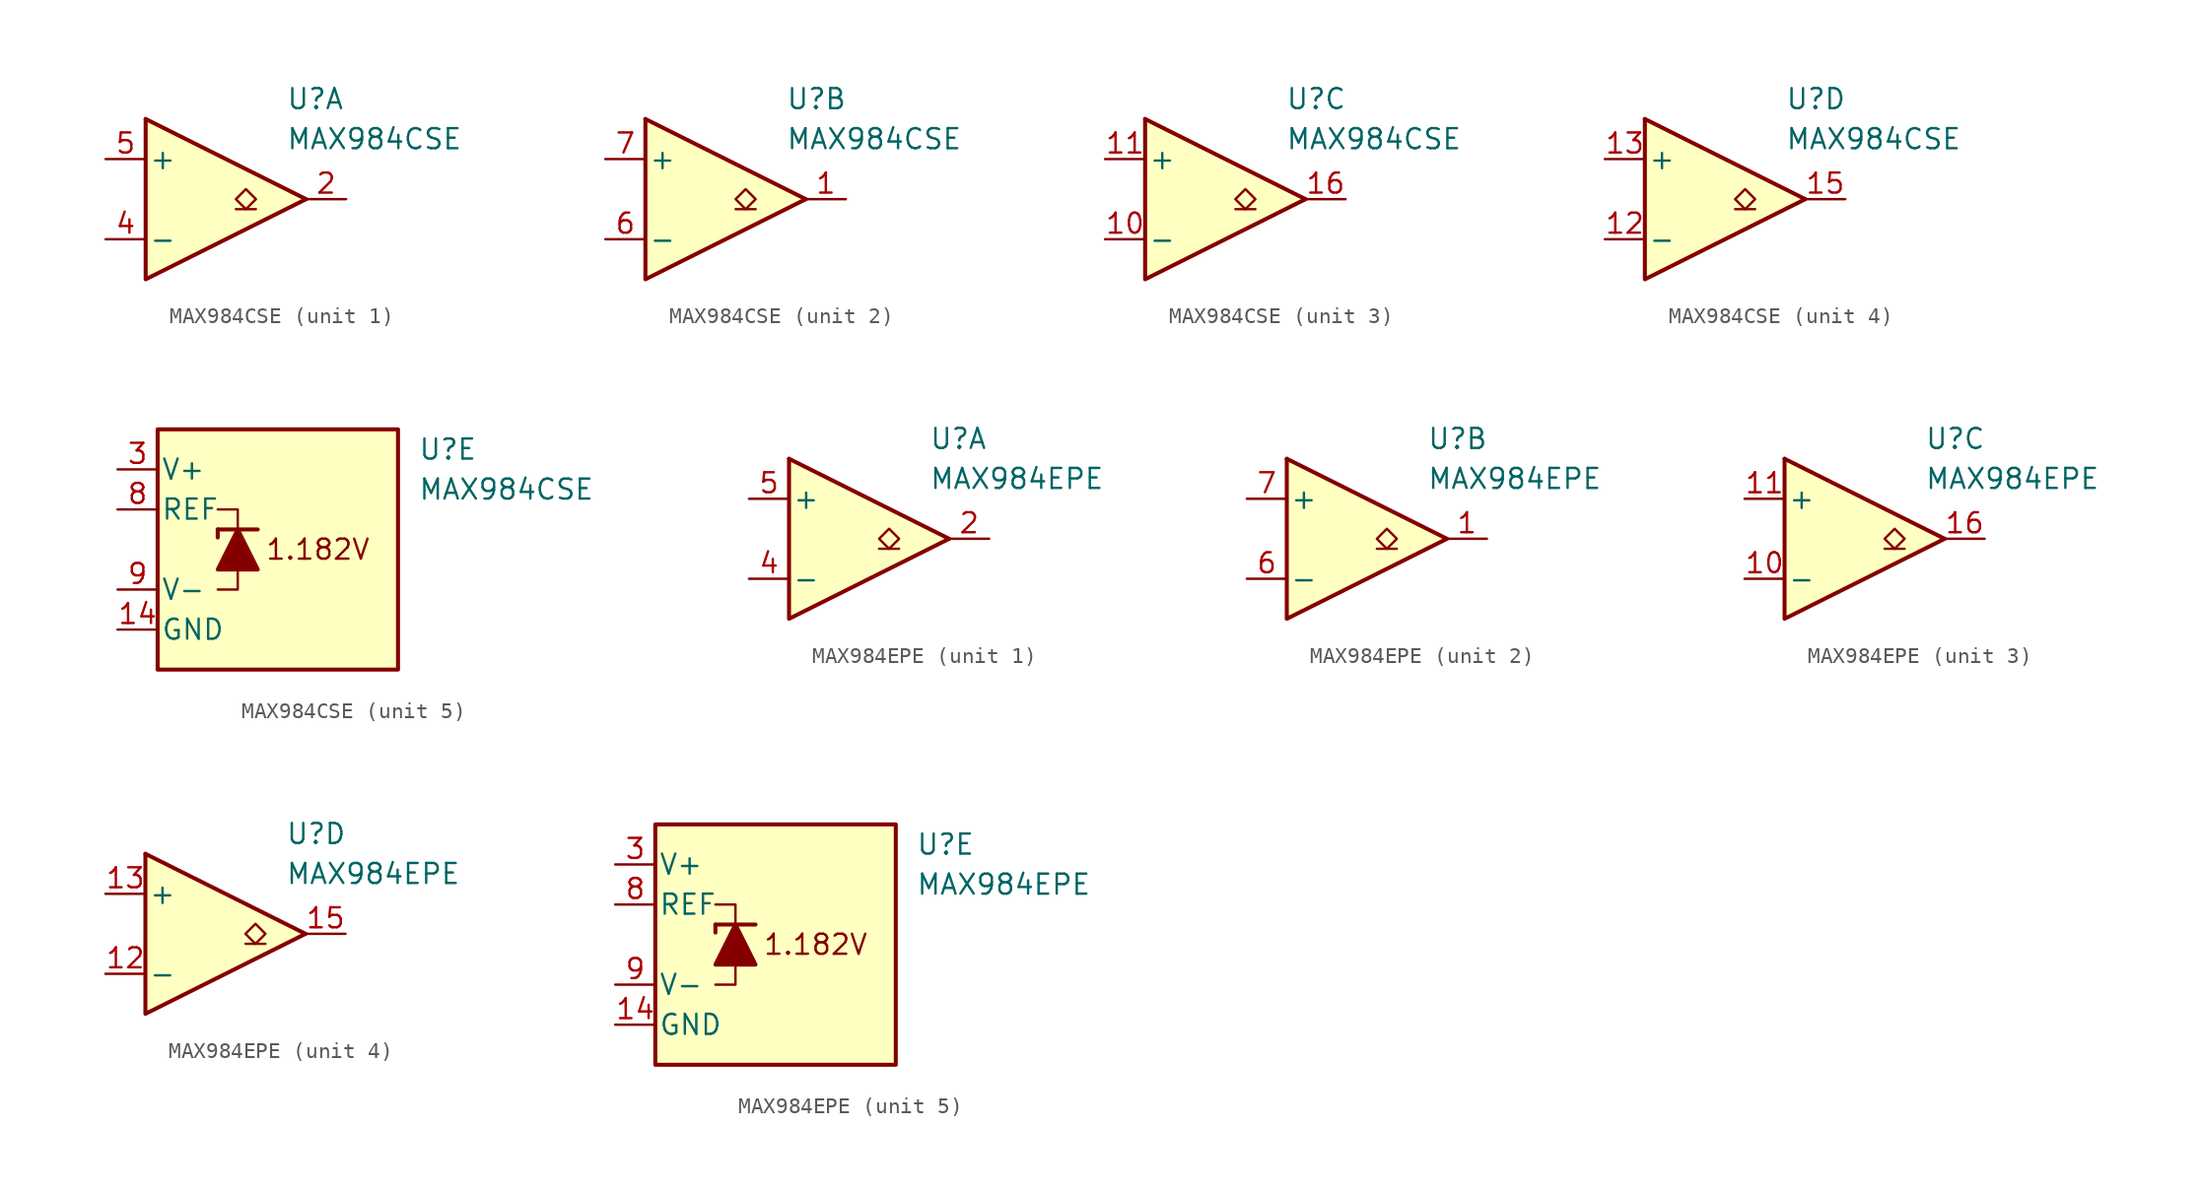
<source format=kicad_sym>
(kicad_symbol_lib
  (version 20231120)
  (generator "kicad_symbol_editor")
  (generator_version "8.0")
  (symbol "MAX984CSE"
    (pin_names
      (offset 0.2))
    (property "Reference" "U"
      (at 5.08 6.35 0)
      (effects (font (size 1.27 1.27)) (justify left)))
    (property "Value" "MAX984CSE"
      (at 5.08 3.81 0)
      (effects (font (size 1.27 1.27)) (justify left)))
    (property "ki_locked" ""
      (at 0 0 0)
      (effects (font (size 1.27 1.27))))
    (symbol "MAX984CSE_1_1"
      (polyline (pts (xy -3.81 5.08) (xy 6.35 0)) (stroke (width 0.254) (type default)) (fill (type none)))
      (polyline (pts (xy 3.175 -0.635) (xy 1.905 -0.635)) (stroke (width 0.152) (type default)) (fill (type none)))
      (polyline (pts (xy -3.81 5.08) (xy -3.81 -5.08) (xy 6.35 0)) (stroke (width 0.254) (type default)) (fill (type background)))
      (polyline (pts (xy 2.54 -0.635) (xy 1.905 0) (xy 2.54 0.635) (xy 3.175 0) (xy 2.54 -0.635)) (stroke (width 0.152) (type default)) (fill (type none)))
      (pin output line (at 8.89 0 180) (length 2.54) (name "~" (effects (font (size 1.27 1.27)))) (number "2" (effects (font (size 1.27 1.27)))))
      (pin input line (at -6.35 -2.54 0) (length 2.54) (name "-" (effects (font (size 1.27 1.27)))) (number "4" (effects (font (size 1.27 1.27)))))
      (pin input line (at -6.35 2.54 0) (length 2.54) (name "+" (effects (font (size 1.27 1.27)))) (number "5" (effects (font (size 1.27 1.27))))))
    (symbol "MAX984CSE_2_1"
      (polyline (pts (xy -3.81 5.08) (xy 6.35 0)) (stroke (width 0.254) (type default)) (fill (type none)))
      (polyline (pts (xy 3.175 -0.635) (xy 1.905 -0.635)) (stroke (width 0.152) (type default)) (fill (type none)))
      (polyline (pts (xy -3.81 5.08) (xy -3.81 -5.08) (xy 6.35 0)) (stroke (width 0.254) (type default)) (fill (type background)))
      (polyline (pts (xy 2.54 -0.635) (xy 1.905 0) (xy 2.54 0.635) (xy 3.175 0) (xy 2.54 -0.635)) (stroke (width 0.152) (type default)) (fill (type none)))
      (pin output line (at 8.89 0 180) (length 2.54) (name "~" (effects (font (size 1.27 1.27)))) (number "1" (effects (font (size 1.27 1.27)))))
      (pin input line (at -6.35 -2.54 0) (length 2.54) (name "-" (effects (font (size 1.27 1.27)))) (number "6" (effects (font (size 1.27 1.27)))))
      (pin input line (at -6.35 2.54 0) (length 2.54) (name "+" (effects (font (size 1.27 1.27)))) (number "7" (effects (font (size 1.27 1.27))))))
    (symbol "MAX984CSE_3_1"
      (polyline (pts (xy -3.81 5.08) (xy 6.35 0)) (stroke (width 0.254) (type default)) (fill (type none)))
      (polyline (pts (xy 3.175 -0.635) (xy 1.905 -0.635)) (stroke (width 0.152) (type default)) (fill (type none)))
      (polyline (pts (xy -3.81 5.08) (xy -3.81 -5.08) (xy 6.35 0)) (stroke (width 0.254) (type default)) (fill (type background)))
      (polyline (pts (xy 2.54 -0.635) (xy 1.905 0) (xy 2.54 0.635) (xy 3.175 0) (xy 2.54 -0.635)) (stroke (width 0.152) (type default)) (fill (type none)))
      (pin input line (at -6.35 -2.54 0) (length 2.54) (name "-" (effects (font (size 1.27 1.27)))) (number "10" (effects (font (size 1.27 1.27)))))
      (pin input line (at -6.35 2.54 0) (length 2.54) (name "+" (effects (font (size 1.27 1.27)))) (number "11" (effects (font (size 1.27 1.27)))))
      (pin output line (at 8.89 0 180) (length 2.54) (name "~" (effects (font (size 1.27 1.27)))) (number "16" (effects (font (size 1.27 1.27))))))
    (symbol "MAX984CSE_4_1"
      (polyline (pts (xy -3.81 5.08) (xy 6.35 0)) (stroke (width 0.254) (type default)) (fill (type none)))
      (polyline (pts (xy 3.175 -0.635) (xy 1.905 -0.635)) (stroke (width 0.152) (type default)) (fill (type none)))
      (polyline (pts (xy -3.81 5.08) (xy -3.81 -5.08) (xy 6.35 0)) (stroke (width 0.254) (type default)) (fill (type background)))
      (polyline (pts (xy 2.54 -0.635) (xy 1.905 0) (xy 2.54 0.635) (xy 3.175 0) (xy 2.54 -0.635)) (stroke (width 0.152) (type default)) (fill (type none)))
      (pin input line (at -6.35 -2.54 0) (length 2.54) (name "-" (effects (font (size 1.27 1.27)))) (number "12" (effects (font (size 1.27 1.27)))))
      (pin input line (at -6.35 2.54 0) (length 2.54) (name "+" (effects (font (size 1.27 1.27)))) (number "13" (effects (font (size 1.27 1.27)))))
      (pin output line (at 8.89 0 180) (length 2.54) (name "~" (effects (font (size 1.27 1.27)))) (number "15" (effects (font (size 1.27 1.27))))))
    (symbol "MAX984CSE_5_0"
      (text "1.182V" (at -1.27 0 0) (effects (font (size 1.27 1.27)))))
    (symbol "MAX984CSE_5_1"
      (rectangle (start -11.43 7.62) (end 3.81 -7.62) (stroke (width 0.254) (type default)) (fill (type background)))
      (polyline (pts (xy -7.62 1.27) (xy -7.62 0.762)) (stroke (width 0.254) (type default)) (fill (type none)))
      (polyline (pts (xy -7.62 1.27) (xy -5.08 1.27)) (stroke (width 0.254) (type default)) (fill (type none)))
      (polyline (pts (xy -6.35 -1.27) (xy -6.35 -2.54) (xy -7.62 -2.54)) (stroke (width 0) (type default)) (fill (type none)))
      (polyline (pts (xy -6.35 1.27) (xy -6.35 2.54) (xy -7.62 2.54)) (stroke (width 0) (type default)) (fill (type none)))
      (polyline (pts (xy -5.08 -1.27) (xy -7.62 -1.27) (xy -6.35 1.27) (xy -5.08 -1.27)) (stroke (width 0.254) (type default)) (fill (type outline)))
      (pin power_in line (at -13.97 -5.08 0) (length 2.54) (name "GND" (effects (font (size 1.27 1.27)))) (number "14" (effects (font (size 1.27 1.27)))))
      (pin power_in line (at -13.97 5.08 0) (length 2.54) (name "V+" (effects (font (size 1.27 1.27)))) (number "3" (effects (font (size 1.27 1.27)))))
      (pin output line (at -13.97 2.54 0) (length 2.54) (name "REF" (effects (font (size 1.27 1.27)))) (number "8" (effects (font (size 1.27 1.27)))))
      (pin power_in line (at -13.97 -2.54 0) (length 2.54) (name "V-" (effects (font (size 1.27 1.27)))) (number "9" (effects (font (size 1.27 1.27)))))))
  (symbol "MAX984EPE"
    (pin_names
      (offset 0.2))
    (property "Reference" "U"
      (at 5.08 6.35 0)
      (effects (font (size 1.27 1.27)) (justify left)))
    (property "Value" "MAX984EPE"
      (at 5.08 3.81 0)
      (effects (font (size 1.27 1.27)) (justify left)))
    (property "ki_locked" ""
      (at 0 0 0)
      (effects (font (size 1.27 1.27))))
    (symbol "MAX984EPE_1_1"
      (polyline (pts (xy -3.81 5.08) (xy 6.35 0)) (stroke (width 0.254) (type default)) (fill (type none)))
      (polyline (pts (xy 3.175 -0.635) (xy 1.905 -0.635)) (stroke (width 0.152) (type default)) (fill (type none)))
      (polyline (pts (xy -3.81 5.08) (xy -3.81 -5.08) (xy 6.35 0)) (stroke (width 0.254) (type default)) (fill (type background)))
      (polyline (pts (xy 2.54 -0.635) (xy 1.905 0) (xy 2.54 0.635) (xy 3.175 0) (xy 2.54 -0.635)) (stroke (width 0.152) (type default)) (fill (type none)))
      (pin output line (at 8.89 0 180) (length 2.54) (name "~" (effects (font (size 1.27 1.27)))) (number "2" (effects (font (size 1.27 1.27)))))
      (pin input line (at -6.35 -2.54 0) (length 2.54) (name "-" (effects (font (size 1.27 1.27)))) (number "4" (effects (font (size 1.27 1.27)))))
      (pin input line (at -6.35 2.54 0) (length 2.54) (name "+" (effects (font (size 1.27 1.27)))) (number "5" (effects (font (size 1.27 1.27))))))
    (symbol "MAX984EPE_2_1"
      (polyline (pts (xy -3.81 5.08) (xy 6.35 0)) (stroke (width 0.254) (type default)) (fill (type none)))
      (polyline (pts (xy 3.175 -0.635) (xy 1.905 -0.635)) (stroke (width 0.152) (type default)) (fill (type none)))
      (polyline (pts (xy -3.81 5.08) (xy -3.81 -5.08) (xy 6.35 0)) (stroke (width 0.254) (type default)) (fill (type background)))
      (polyline (pts (xy 2.54 -0.635) (xy 1.905 0) (xy 2.54 0.635) (xy 3.175 0) (xy 2.54 -0.635)) (stroke (width 0.152) (type default)) (fill (type none)))
      (pin output line (at 8.89 0 180) (length 2.54) (name "~" (effects (font (size 1.27 1.27)))) (number "1" (effects (font (size 1.27 1.27)))))
      (pin input line (at -6.35 -2.54 0) (length 2.54) (name "-" (effects (font (size 1.27 1.27)))) (number "6" (effects (font (size 1.27 1.27)))))
      (pin input line (at -6.35 2.54 0) (length 2.54) (name "+" (effects (font (size 1.27 1.27)))) (number "7" (effects (font (size 1.27 1.27))))))
    (symbol "MAX984EPE_3_1"
      (polyline (pts (xy -3.81 5.08) (xy 6.35 0)) (stroke (width 0.254) (type default)) (fill (type none)))
      (polyline (pts (xy 3.81 -0.635) (xy 2.54 -0.635)) (stroke (width 0.152) (type default)) (fill (type none)))
      (polyline (pts (xy -3.81 5.08) (xy -3.81 -5.08) (xy 6.35 0)) (stroke (width 0.254) (type default)) (fill (type background)))
      (polyline (pts (xy 3.175 -0.635) (xy 2.54 0) (xy 3.175 0.635) (xy 3.81 0) (xy 3.175 -0.635)) (stroke (width 0.152) (type default)) (fill (type none)))
      (pin input line (at -6.35 -2.54 0) (length 2.54) (name "-" (effects (font (size 1.27 1.27)))) (number "10" (effects (font (size 1.27 1.27)))))
      (pin input line (at -6.35 2.54 0) (length 2.54) (name "+" (effects (font (size 1.27 1.27)))) (number "11" (effects (font (size 1.27 1.27)))))
      (pin output line (at 8.89 0 180) (length 2.54) (name "~" (effects (font (size 1.27 1.27)))) (number "16" (effects (font (size 1.27 1.27))))))
    (symbol "MAX984EPE_4_1"
      (polyline (pts (xy -3.81 5.08) (xy 6.35 0)) (stroke (width 0.254) (type default)) (fill (type none)))
      (polyline (pts (xy 3.81 -0.635) (xy 2.54 -0.635)) (stroke (width 0.152) (type default)) (fill (type none)))
      (polyline (pts (xy -3.81 5.08) (xy -3.81 -5.08) (xy 6.35 0)) (stroke (width 0.254) (type default)) (fill (type background)))
      (polyline (pts (xy 3.175 -0.635) (xy 2.54 0) (xy 3.175 0.635) (xy 3.81 0) (xy 3.175 -0.635)) (stroke (width 0.152) (type default)) (fill (type none)))
      (pin input line (at -6.35 -2.54 0) (length 2.54) (name "-" (effects (font (size 1.27 1.27)))) (number "12" (effects (font (size 1.27 1.27)))))
      (pin input line (at -6.35 2.54 0) (length 2.54) (name "+" (effects (font (size 1.27 1.27)))) (number "13" (effects (font (size 1.27 1.27)))))
      (pin output line (at 8.89 0 180) (length 2.54) (name "~" (effects (font (size 1.27 1.27)))) (number "15" (effects (font (size 1.27 1.27))))))
    (symbol "MAX984EPE_5_0"
      (text "1.182V" (at -1.27 0 0) (effects (font (size 1.27 1.27)))))
    (symbol "MAX984EPE_5_1"
      (rectangle (start -11.43 7.62) (end 3.81 -7.62) (stroke (width 0.254) (type default)) (fill (type background)))
      (polyline (pts (xy -7.62 1.27) (xy -7.62 0.762)) (stroke (width 0.254) (type default)) (fill (type none)))
      (polyline (pts (xy -7.62 1.27) (xy -5.08 1.27)) (stroke (width 0.254) (type default)) (fill (type none)))
      (polyline (pts (xy -6.35 -1.27) (xy -6.35 -2.54) (xy -7.62 -2.54)) (stroke (width 0) (type default)) (fill (type none)))
      (polyline (pts (xy -6.35 1.27) (xy -6.35 2.54) (xy -7.62 2.54)) (stroke (width 0) (type default)) (fill (type none)))
      (polyline (pts (xy -5.08 -1.27) (xy -7.62 -1.27) (xy -6.35 1.27) (xy -5.08 -1.27)) (stroke (width 0.254) (type default)) (fill (type outline)))
      (pin power_in line (at -13.97 -5.08 0) (length 2.54) (name "GND" (effects (font (size 1.27 1.27)))) (number "14" (effects (font (size 1.27 1.27)))))
      (pin power_in line (at -13.97 5.08 0) (length 2.54) (name "V+" (effects (font (size 1.27 1.27)))) (number "3" (effects (font (size 1.27 1.27)))))
      (pin output line (at -13.97 2.54 0) (length 2.54) (name "REF" (effects (font (size 1.27 1.27)))) (number "8" (effects (font (size 1.27 1.27)))))
      (pin power_in line (at -13.97 -2.54 0) (length 2.54) (name "V-" (effects (font (size 1.27 1.27)))) (number "9" (effects (font (size 1.27 1.27))))))))
</source>
